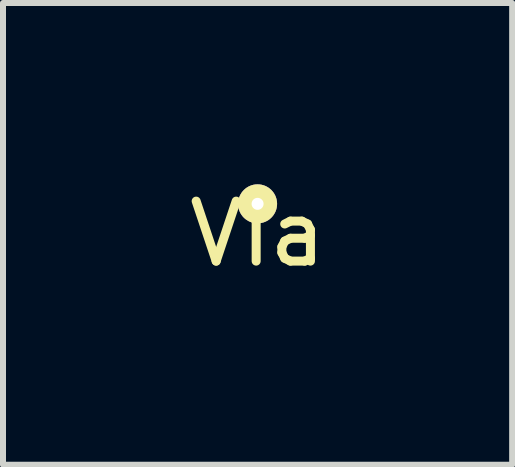
<source format=kicad_pcb>
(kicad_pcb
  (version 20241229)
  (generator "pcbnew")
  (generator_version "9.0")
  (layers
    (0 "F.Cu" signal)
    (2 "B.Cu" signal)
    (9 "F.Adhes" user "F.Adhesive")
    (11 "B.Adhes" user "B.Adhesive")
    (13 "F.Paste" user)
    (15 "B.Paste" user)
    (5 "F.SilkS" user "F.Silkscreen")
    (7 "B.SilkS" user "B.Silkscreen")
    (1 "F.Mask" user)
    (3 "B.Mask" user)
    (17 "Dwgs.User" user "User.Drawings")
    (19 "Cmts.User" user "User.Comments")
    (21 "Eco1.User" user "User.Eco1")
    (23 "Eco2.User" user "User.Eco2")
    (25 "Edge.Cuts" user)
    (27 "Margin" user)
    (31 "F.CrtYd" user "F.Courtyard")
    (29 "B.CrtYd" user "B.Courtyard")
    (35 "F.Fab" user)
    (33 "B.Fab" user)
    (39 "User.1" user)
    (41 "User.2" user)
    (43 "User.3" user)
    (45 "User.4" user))
  (footprint "Via"
    (layer "F.Cu")
    (at 1.244 0.348)
    (property "Reference" "Via" (at 0 0.5 0) (layer "F.SilkS") (effects (font (size 1 1) (thickness 0.15))))
    (attr through_hole)
    (pad "1" thru_hole circle (at 0 0) (size 0.65 0.65) (drill 0.2) (layers "*.Cu" "*.Mask" "F.SilkS")))
  (gr_rect
    (start -3 -3)
    (end 5.488 4.697)
    (stroke (width 0.1) (type default))
    (fill no)
    (layer "Edge.Cuts")))
</source>
